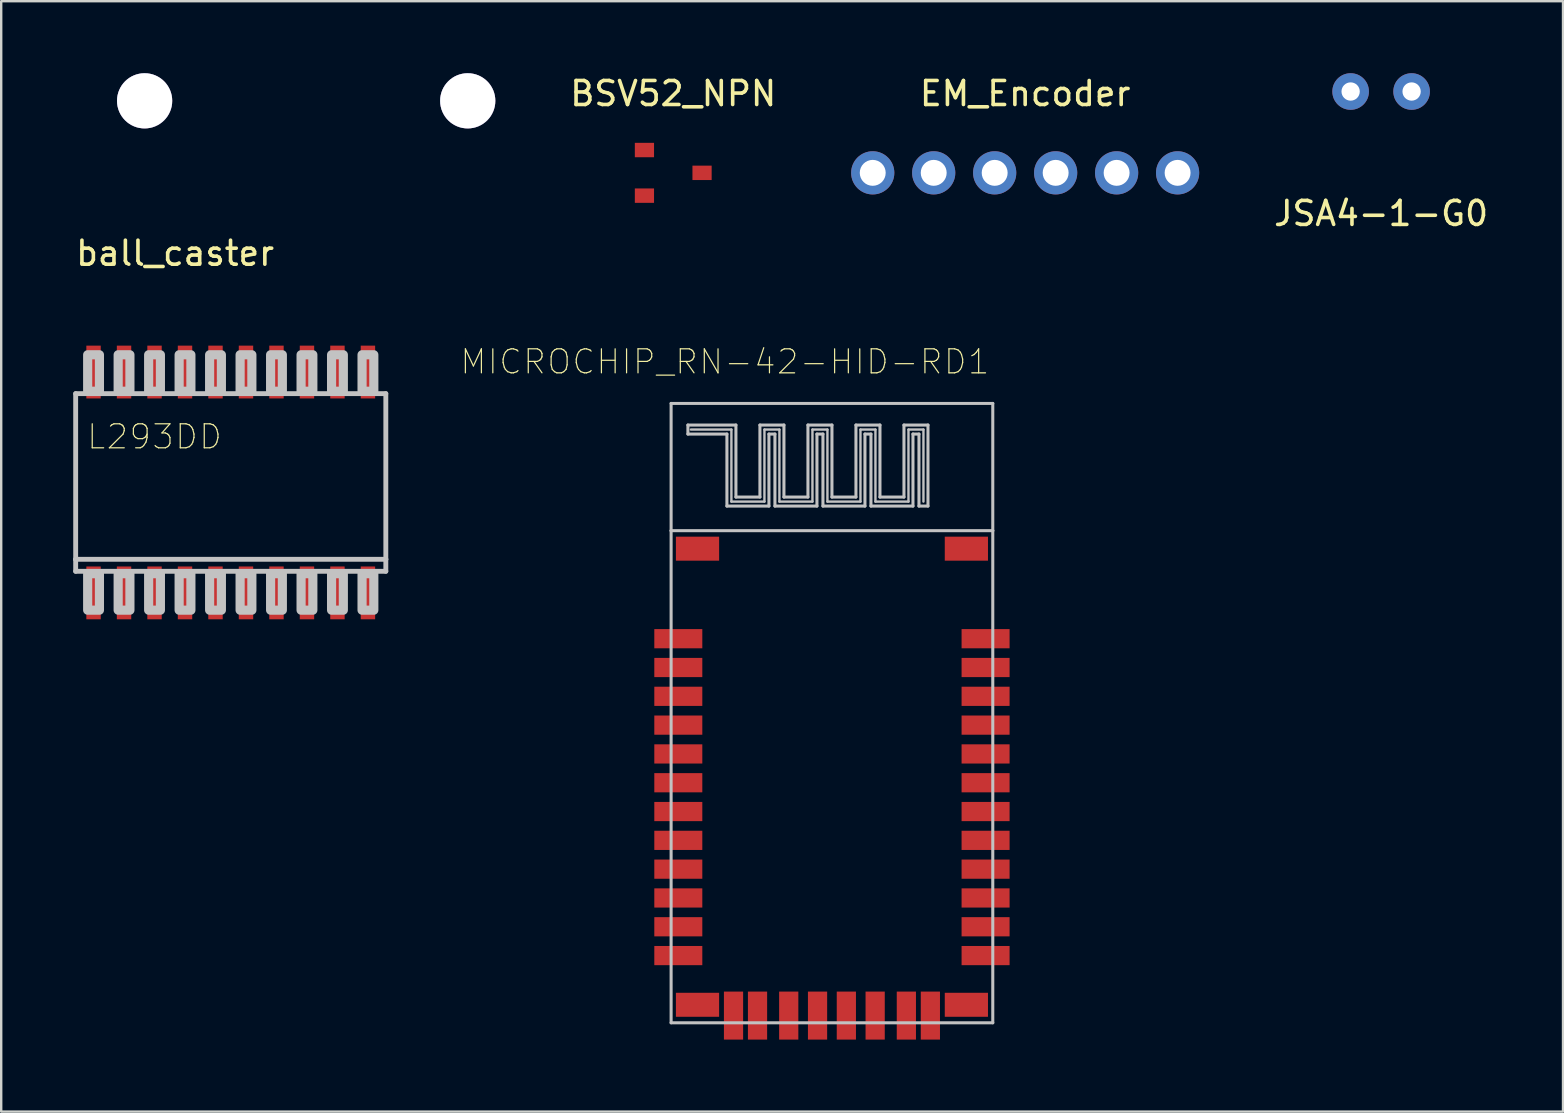
<source format=kicad_pcb>
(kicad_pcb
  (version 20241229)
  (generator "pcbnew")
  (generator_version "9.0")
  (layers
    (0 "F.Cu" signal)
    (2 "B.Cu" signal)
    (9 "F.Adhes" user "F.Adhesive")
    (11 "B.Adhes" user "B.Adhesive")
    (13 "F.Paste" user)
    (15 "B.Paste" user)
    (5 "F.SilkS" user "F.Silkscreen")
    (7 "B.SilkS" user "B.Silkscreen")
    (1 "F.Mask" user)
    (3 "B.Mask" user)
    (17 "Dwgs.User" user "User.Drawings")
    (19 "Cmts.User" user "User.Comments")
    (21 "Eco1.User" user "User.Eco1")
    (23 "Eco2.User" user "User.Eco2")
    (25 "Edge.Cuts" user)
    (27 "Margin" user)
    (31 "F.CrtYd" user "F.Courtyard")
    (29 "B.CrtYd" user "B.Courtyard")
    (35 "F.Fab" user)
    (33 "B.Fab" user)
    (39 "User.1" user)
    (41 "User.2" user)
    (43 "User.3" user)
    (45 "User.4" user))
  (footprint "JSA4-1-G0"
    (layer "F.Cu")
    (at 53.213 0.762)
    (property "Reference" "JSA4-1-G0" (at 1.27 5.08 0) (layer "F.SilkS") (effects (font (size 1 1) (thickness 0.15))))
    (attr through_hole)
    (pad "1" thru_hole circle (at 0 0) (size 1.524 1.524) (drill 0.762) (layers "*.Cu" "*.Mask"))
    (pad "2" thru_hole circle (at 2.54 0) (size 1.524 1.524) (drill 0.762) (layers "*.Cu" "*.Mask")))
  (footprint "MICROCHIP_RN-42-HID-RD1"
    (layer "F.Cu")
    (at 31.606 26.656)
    (property "Reference" "MICROCHIP_RN-42-HID-RD1" (at -4.46 -14.635 0) (layer "F.SilkS") (effects (font (size 1 1) (thickness 0.05))))
    (attr smd)
    (fp_line (start -6.7 -12.9) (end -6.7 -7.6) (stroke (width 0.127) (type solid)) (layer "Dwgs.User"))
    (fp_line (start -6.7 -7.6) (end -6.7 12.9) (stroke (width 0.127) (type solid)) (layer "Dwgs.User"))
    (fp_line (start -6.7 -7.6) (end 6.7 -7.6) (stroke (width 0.127) (type solid)) (layer "Dwgs.User"))
    (fp_line (start -6.7 12.9) (end 6.7 12.9) (stroke (width 0.127) (type solid)) (layer "Dwgs.User"))
    (fp_line (start -6 -12) (end -4 -12) (stroke (width 0.127) (type solid)) (layer "Dwgs.User"))
    (fp_line (start -6 -11.625) (end -6 -12) (stroke (width 0.127) (type solid)) (layer "Dwgs.User"))
    (fp_line (start -5.875 -11.812) (end -4.188 -11.812) (stroke (width 0.1) (type solid)) (layer "Dwgs.User"))
    (fp_line (start -4.375 -11.625) (end -6 -11.625) (stroke (width 0.127) (type solid)) (layer "Dwgs.User"))
    (fp_line (start -4.375 -8.625) (end -4.375 -11.625) (stroke (width 0.127) (type solid)) (layer "Dwgs.User"))
    (fp_line (start -4.188 -11.812) (end -4.188 -8.812) (stroke (width 0.1) (type solid)) (layer "Dwgs.User"))
    (fp_line (start -4.188 -8.812) (end -2.812 -8.812) (stroke (width 0.1) (type solid)) (layer "Dwgs.User"))
    (fp_line (start -4 -12) (end -4 -9) (stroke (width 0.127) (type solid)) (layer "Dwgs.User"))
    (fp_line (start -4 -9) (end -3 -9) (stroke (width 0.127) (type solid)) (layer "Dwgs.User"))
    (fp_line (start -3 -12) (end -2 -12) (stroke (width 0.127) (type solid)) (layer "Dwgs.User"))
    (fp_line (start -3 -9) (end -3 -12) (stroke (width 0.127) (type solid)) (layer "Dwgs.User"))
    (fp_line (start -2.812 -11.812) (end -2.188 -11.812) (stroke (width 0.1) (type solid)) (layer "Dwgs.User"))
    (fp_line (start -2.812 -8.812) (end -2.812 -11.812) (stroke (width 0.1) (type solid)) (layer "Dwgs.User"))
    (fp_line (start -2.625 -11.625) (end -2.625 -8.625) (stroke (width 0.127) (type solid)) (layer "Dwgs.User"))
    (fp_line (start -2.625 -8.625) (end -4.375 -8.625) (stroke (width 0.127) (type solid)) (layer "Dwgs.User"))
    (fp_line (start -2.375 -11.625) (end -2.625 -11.625) (stroke (width 0.127) (type solid)) (layer "Dwgs.User"))
    (fp_line (start -2.375 -8.625) (end -2.375 -11.625) (stroke (width 0.127) (type solid)) (layer "Dwgs.User"))
    (fp_line (start -2.188 -11.812) (end -2.188 -8.812) (stroke (width 0.1) (type solid)) (layer "Dwgs.User"))
    (fp_line (start -2.188 -8.812) (end -0.812 -8.812) (stroke (width 0.1) (type solid)) (layer "Dwgs.User"))
    (fp_line (start -2 -12) (end -2 -9) (stroke (width 0.127) (type solid)) (layer "Dwgs.User"))
    (fp_line (start -2 -9) (end -1 -9) (stroke (width 0.127) (type solid)) (layer "Dwgs.User"))
    (fp_line (start -1 -12) (end 0 -12) (stroke (width 0.127) (type solid)) (layer "Dwgs.User"))
    (fp_line (start -1 -9) (end -1 -12) (stroke (width 0.127) (type solid)) (layer "Dwgs.User"))
    (fp_line (start -0.812 -11.812) (end -0.188 -11.812) (stroke (width 0.1) (type solid)) (layer "Dwgs.User"))
    (fp_line (start -0.812 -8.812) (end -0.812 -11.812) (stroke (width 0.1) (type solid)) (layer "Dwgs.User"))
    (fp_line (start -0.625 -11.625) (end -0.625 -8.625) (stroke (width 0.127) (type solid)) (layer "Dwgs.User"))
    (fp_line (start -0.625 -8.625) (end -2.375 -8.625) (stroke (width 0.127) (type solid)) (layer "Dwgs.User"))
    (fp_line (start -0.375 -11.625) (end -0.625 -11.625) (stroke (width 0.127) (type solid)) (layer "Dwgs.User"))
    (fp_line (start -0.375 -8.625) (end -0.375 -11.625) (stroke (width 0.127) (type solid)) (layer "Dwgs.User"))
    (fp_line (start -0.188 -11.812) (end -0.188 -8.812) (stroke (width 0.1) (type solid)) (layer "Dwgs.User"))
    (fp_line (start -0.188 -8.812) (end 1.188 -8.812) (stroke (width 0.1) (type solid)) (layer "Dwgs.User"))
    (fp_line (start 0 -12) (end 0 -9) (stroke (width 0.127) (type solid)) (layer "Dwgs.User"))
    (fp_line (start 0 -9) (end 1 -9) (stroke (width 0.127) (type solid)) (layer "Dwgs.User"))
    (fp_line (start 1 -12) (end 2 -12) (stroke (width 0.127) (type solid)) (layer "Dwgs.User"))
    (fp_line (start 1 -9) (end 1 -12) (stroke (width 0.127) (type solid)) (layer "Dwgs.User"))
    (fp_line (start 1.188 -11.812) (end 1.812 -11.812) (stroke (width 0.1) (type solid)) (layer "Dwgs.User"))
    (fp_line (start 1.188 -8.812) (end 1.188 -11.812) (stroke (width 0.1) (type solid)) (layer "Dwgs.User"))
    (fp_line (start 1.375 -11.625) (end 1.375 -8.625) (stroke (width 0.127) (type solid)) (layer "Dwgs.User"))
    (fp_line (start 1.375 -8.625) (end -0.375 -8.625) (stroke (width 0.127) (type solid)) (layer "Dwgs.User"))
    (fp_line (start 1.625 -11.625) (end 1.375 -11.625) (stroke (width 0.127) (type solid)) (layer "Dwgs.User"))
    (fp_line (start 1.625 -8.625) (end 1.625 -11.625) (stroke (width 0.127) (type solid)) (layer "Dwgs.User"))
    (fp_line (start 1.812 -11.812) (end 1.812 -8.812) (stroke (width 0.1) (type solid)) (layer "Dwgs.User"))
    (fp_line (start 1.812 -8.812) (end 3.188 -8.812) (stroke (width 0.1) (type solid)) (layer "Dwgs.User"))
    (fp_line (start 2 -12) (end 2 -9) (stroke (width 0.127) (type solid)) (layer "Dwgs.User"))
    (fp_line (start 2 -9) (end 3 -9) (stroke (width 0.127) (type solid)) (layer "Dwgs.User"))
    (fp_line (start 3 -12) (end 4 -12) (stroke (width 0.127) (type solid)) (layer "Dwgs.User"))
    (fp_line (start 3 -9) (end 3 -12) (stroke (width 0.127) (type solid)) (layer "Dwgs.User"))
    (fp_line (start 3.188 -11.812) (end 3.812 -11.812) (stroke (width 0.1) (type solid)) (layer "Dwgs.User"))
    (fp_line (start 3.188 -8.812) (end 3.188 -11.812) (stroke (width 0.1) (type solid)) (layer "Dwgs.User"))
    (fp_line (start 3.375 -11.625) (end 3.375 -8.625) (stroke (width 0.127) (type solid)) (layer "Dwgs.User"))
    (fp_line (start 3.375 -8.625) (end 1.625 -8.625) (stroke (width 0.127) (type solid)) (layer "Dwgs.User"))
    (fp_line (start 3.625 -11.625) (end 3.375 -11.625) (stroke (width 0.127) (type solid)) (layer "Dwgs.User"))
    (fp_line (start 3.625 -8.625) (end 3.625 -11.625) (stroke (width 0.127) (type solid)) (layer "Dwgs.User"))
    (fp_line (start 3.625 -8.625) (end 4 -8.625) (stroke (width 0.127) (type solid)) (layer "Dwgs.User"))
    (fp_line (start 3.812 -11.812) (end 3.812 -8.812) (stroke (width 0.1) (type solid)) (layer "Dwgs.User"))
    (fp_line (start 4 -12) (end 4 -8.625) (stroke (width 0.127) (type solid)) (layer "Dwgs.User"))
    (fp_line (start 6.7 -12.9) (end -6.7 -12.9) (stroke (width 0.127) (type solid)) (layer "Dwgs.User"))
    (fp_line (start 6.7 -7.6) (end 6.7 -12.9) (stroke (width 0.127) (type solid)) (layer "Dwgs.User"))
    (fp_line (start 6.7 12.9) (end 6.7 -7.6) (stroke (width 0.127) (type solid)) (layer "Dwgs.User"))
    (pad "1" smd rect (at -6.4 -3.1) (size 2 0.8) (layers "F.Cu" "F.Mask" "F.Paste"))
    (pad "2" smd rect (at -6.4 -1.9) (size 2 0.8) (layers "F.Cu" "F.Mask" "F.Paste"))
    (pad "3" smd rect (at -6.4 -0.7) (size 2 0.8) (layers "F.Cu" "F.Mask" "F.Paste"))
    (pad "4" smd rect (at -6.4 0.5) (size 2 0.8) (layers "F.Cu" "F.Mask" "F.Paste"))
    (pad "5" smd rect (at -6.4 1.7) (size 2 0.8) (layers "F.Cu" "F.Mask" "F.Paste"))
    (pad "6" smd rect (at -6.4 2.9) (size 2 0.8) (layers "F.Cu" "F.Mask" "F.Paste"))
    (pad "7" smd rect (at -6.4 4.1) (size 2 0.8) (layers "F.Cu" "F.Mask" "F.Paste"))
    (pad "8" smd rect (at -6.4 5.3) (size 2 0.8) (layers "F.Cu" "F.Mask" "F.Paste"))
    (pad "9" smd rect (at -6.4 6.5) (size 2 0.8) (layers "F.Cu" "F.Mask" "F.Paste"))
    (pad "10" smd rect (at -6.4 7.7) (size 2 0.8) (layers "F.Cu" "F.Mask" "F.Paste"))
    (pad "11" smd rect (at -6.4 8.9) (size 2 0.8) (layers "F.Cu" "F.Mask" "F.Paste"))
    (pad "12" smd rect (at -6.4 10.1) (size 2 0.8) (layers "F.Cu" "F.Mask" "F.Paste"))
    (pad "13" smd rect (at 6.4 10.1 180) (size 2 0.8) (layers "F.Cu" "F.Mask" "F.Paste"))
    (pad "14" smd rect (at 6.4 8.9 180) (size 2 0.8) (layers "F.Cu" "F.Mask" "F.Paste"))
    (pad "15" smd rect (at 6.4 7.7 180) (size 2 0.8) (layers "F.Cu" "F.Mask" "F.Paste"))
    (pad "16" smd rect (at 6.4 6.5 180) (size 2 0.8) (layers "F.Cu" "F.Mask" "F.Paste"))
    (pad "17" smd rect (at 6.4 5.3 180) (size 2 0.8) (layers "F.Cu" "F.Mask" "F.Paste"))
    (pad "18" smd rect (at 6.4 4.1 180) (size 2 0.8) (layers "F.Cu" "F.Mask" "F.Paste"))
    (pad "19" smd rect (at 6.4 2.9 180) (size 2 0.8) (layers "F.Cu" "F.Mask" "F.Paste"))
    (pad "20" smd rect (at 6.4 1.7 180) (size 2 0.8) (layers "F.Cu" "F.Mask" "F.Paste"))
    (pad "21" smd rect (at 6.4 0.5 180) (size 2 0.8) (layers "F.Cu" "F.Mask" "F.Paste"))
    (pad "22" smd rect (at 6.4 -0.7 180) (size 2 0.8) (layers "F.Cu" "F.Mask" "F.Paste"))
    (pad "23" smd rect (at 6.4 -1.9 180) (size 2 0.8) (layers "F.Cu" "F.Mask" "F.Paste"))
    (pad "24" smd rect (at 6.4 -3.1 180) (size 2 0.8) (layers "F.Cu" "F.Mask" "F.Paste"))
    (pad "28" smd rect (at 3.1 12.6 90) (size 2 0.8) (layers "F.Cu" "F.Mask" "F.Paste"))
    (pad "29" smd rect (at -3.1 12.6 90) (size 2 0.8) (layers "F.Cu" "F.Mask" "F.Paste"))
    (pad "30" smd rect (at 4.1 12.6 90) (size 2 0.8) (layers "F.Cu" "F.Mask" "F.Paste"))
    (pad "31" smd rect (at 1.8 12.6 90) (size 2 0.8) (layers "F.Cu" "F.Mask" "F.Paste"))
    (pad "32" smd rect (at 0.6 12.6 90) (size 2 0.8) (layers "F.Cu" "F.Mask" "F.Paste"))
    (pad "33" smd rect (at -0.6 12.6 90) (size 2 0.8) (layers "F.Cu" "F.Mask" "F.Paste"))
    (pad "34" smd rect (at -1.8 12.6 90) (size 2 0.8) (layers "F.Cu" "F.Mask" "F.Paste"))
    (pad "35" smd rect (at -4.1 12.6 270) (size 2 0.8) (layers "F.Cu" "F.Mask" "F.Paste"))
    (pad "SHIE" smd rect (at -5.6 -6.85 90) (size 1 1.8) (layers "F.Cu" "F.Mask" "F.Paste"))
    (pad "SHIE" smd rect (at -5.6 12.15 90) (size 1 1.8) (layers "F.Cu" "F.Mask" "F.Paste"))
    (pad "SHIE" smd rect (at 5.6 -6.85 90) (size 1 1.8) (layers "F.Cu" "F.Mask" "F.Paste"))
    (pad "SHIE" smd rect (at 5.6 12.15 90) (size 1 1.8) (layers "F.Cu" "F.Mask" "F.Paste")))
  (footprint "EM_Encoder"
    (layer "F.Cu")
    (at 39.655 4.15)
    (property "Reference" "EM_Encoder" (at 0 -3.302 0) (layer "F.SilkS") (effects (font (size 1 1) (thickness 0.15))))
    (attr through_hole)
    (pad "1" thru_hole circle (at -6.35 0) (size 1.8 1.8) (drill 1.08) (layers "*.Cu" "*.Mask"))
    (pad "2" thru_hole circle (at -3.81 0) (size 1.8 1.8) (drill 1.08) (layers "*.Cu" "*.Mask"))
    (pad "3" thru_hole circle (at -1.27 0) (size 1.8 1.8) (drill 1.08) (layers "*.Cu" "*.Mask"))
    (pad "4" thru_hole circle (at 1.27 0) (size 1.8 1.8) (drill 1.08) (layers "*.Cu" "*.Mask"))
    (pad "5" thru_hole circle (at 3.81 0) (size 1.8 1.8) (drill 1.08) (layers "*.Cu" "*.Mask"))
    (pad "6" thru_hole circle (at 6.35 0) (size 1.8 1.8) (drill 1.08) (layers "*.Cu" "*.Mask")))
  (footprint "ball_caster"
    (layer "F.Cu")
    (at 2.974 1.15)
    (property "Reference" "ball_caster" (at 1.27 6.35 0) (layer "F.SilkS") (effects (font (size 1 1) (thickness 0.15))))
    (attr through_hole)
    (pad "1" thru_hole circle (at 0 0) (size 2.3 2.3) (drill 2.3) (layers "*.Cu" "*.Mask"))
    (pad "1" thru_hole circle (at 13.46 0) (size 2.3 2.3) (drill 2.3) (layers "*.Cu" "*.Mask")))
  (footprint "BSV52_NPN"
    (layer "F.Cu")
    (at 24.995 4.15)
    (property "Reference" "BSV52_NPN" (at 0 -3.302 0) (layer "F.SilkS") (effects (font (size 1 1) (thickness 0.15))))
    (attr through_hole)
    (pad "1" smd rect (at -1.2 -0.95) (size 0.8 0.6) (layers "F.Cu" "F.Mask" "F.Paste"))
    (pad "2" smd rect (at -1.2 0.95) (size 0.8 0.6) (layers "F.Cu" "F.Mask" "F.Paste"))
    (pad "3" smd rect (at 1.2 0) (size 0.8 0.6) (layers "F.Cu" "F.Mask" "F.Paste")))
  (footprint "L293DD"
    (layer "F.Cu")
    (at 6.562 17.048)
    (property "Reference" "L293DD" (at -3.175 -1.905 0) (layer "F.SilkS") (effects (font (size 1 1) (thickness 0.05))))
    (attr smd)
    (fp_line (start -6.46 -3.7) (end 6.46 -3.7) (stroke (width 0.203) (type solid)) (layer "Dwgs.User"))
    (fp_line (start -6.46 3.2) (end -6.46 -3.7) (stroke (width 0.203) (type solid)) (layer "Dwgs.User"))
    (fp_line (start -6.46 3.7) (end -6.46 3.2) (stroke (width 0.203) (type solid)) (layer "Dwgs.User"))
    (fp_line (start 6.46 -3.7) (end 6.46 3.2) (stroke (width 0.203) (type solid)) (layer "Dwgs.User"))
    (fp_line (start 6.46 3.2) (end -6.46 3.2) (stroke (width 0.203) (type solid)) (layer "Dwgs.User"))
    (fp_line (start 6.46 3.2) (end 6.46 3.7) (stroke (width 0.203) (type solid)) (layer "Dwgs.User"))
    (fp_line (start 6.46 3.7) (end -6.46 3.7) (stroke (width 0.203) (type solid)) (layer "Dwgs.User"))
    (fp_poly (pts (xy -5.96 -5.32) (xy -5.47 -5.32) (xy -5.47 -3.8) (xy -5.96 -3.8)) (stroke (width 0.381) (type solid)) (fill no) (layer "Dwgs.User"))
    (fp_poly (pts (xy -5.96 3.8) (xy -5.47 3.8) (xy -5.47 5.32) (xy -5.96 5.32)) (stroke (width 0.381) (type solid)) (fill no) (layer "Dwgs.User"))
    (fp_poly (pts (xy -4.69 -5.32) (xy -4.2 -5.32) (xy -4.2 -3.8) (xy -4.69 -3.8)) (stroke (width 0.381) (type solid)) (fill no) (layer "Dwgs.User"))
    (fp_poly (pts (xy -4.69 3.8) (xy -4.2 3.8) (xy -4.2 5.32) (xy -4.69 5.32)) (stroke (width 0.381) (type solid)) (fill no) (layer "Dwgs.User"))
    (fp_poly (pts (xy -3.42 -5.32) (xy -2.93 -5.32) (xy -2.93 -3.8) (xy -3.42 -3.8)) (stroke (width 0.381) (type solid)) (fill no) (layer "Dwgs.User"))
    (fp_poly (pts (xy -3.42 3.8) (xy -2.93 3.8) (xy -2.93 5.32) (xy -3.42 5.32)) (stroke (width 0.381) (type solid)) (fill no) (layer "Dwgs.User"))
    (fp_poly (pts (xy -2.15 -5.32) (xy -1.66 -5.32) (xy -1.66 -3.8) (xy -2.15 -3.8)) (stroke (width 0.381) (type solid)) (fill no) (layer "Dwgs.User"))
    (fp_poly (pts (xy -2.15 3.8) (xy -1.66 3.8) (xy -1.66 5.32) (xy -2.15 5.32)) (stroke (width 0.381) (type solid)) (fill no) (layer "Dwgs.User"))
    (fp_poly (pts (xy -0.88 -5.32) (xy -0.39 -5.32) (xy -0.39 -3.8) (xy -0.88 -3.8)) (stroke (width 0.381) (type solid)) (fill no) (layer "Dwgs.User"))
    (fp_poly (pts (xy -0.88 3.8) (xy -0.39 3.8) (xy -0.39 5.32) (xy -0.88 5.32)) (stroke (width 0.381) (type solid)) (fill no) (layer "Dwgs.User"))
    (fp_poly (pts (xy 0.39 -5.32) (xy 0.88 -5.32) (xy 0.88 -3.8) (xy 0.39 -3.8)) (stroke (width 0.381) (type solid)) (fill no) (layer "Dwgs.User"))
    (fp_poly (pts (xy 0.39 3.8) (xy 0.88 3.8) (xy 0.88 5.32) (xy 0.39 5.32)) (stroke (width 0.381) (type solid)) (fill no) (layer "Dwgs.User"))
    (fp_poly (pts (xy 1.66 -5.32) (xy 2.15 -5.32) (xy 2.15 -3.8) (xy 1.66 -3.8)) (stroke (width 0.381) (type solid)) (fill no) (layer "Dwgs.User"))
    (fp_poly (pts (xy 1.66 3.8) (xy 2.15 3.8) (xy 2.15 5.32) (xy 1.66 5.32)) (stroke (width 0.381) (type solid)) (fill no) (layer "Dwgs.User"))
    (fp_poly (pts (xy 2.93 -5.32) (xy 3.42 -5.32) (xy 3.42 -3.8) (xy 2.93 -3.8)) (stroke (width 0.381) (type solid)) (fill no) (layer "Dwgs.User"))
    (fp_poly (pts (xy 2.93 3.8) (xy 3.42 3.8) (xy 3.42 5.32) (xy 2.93 5.32)) (stroke (width 0.381) (type solid)) (fill no) (layer "Dwgs.User"))
    (fp_poly (pts (xy 4.2 -5.32) (xy 4.69 -5.32) (xy 4.69 -3.8) (xy 4.2 -3.8)) (stroke (width 0.381) (type solid)) (fill no) (layer "Dwgs.User"))
    (fp_poly (pts (xy 4.2 3.8) (xy 4.69 3.8) (xy 4.69 5.32) (xy 4.2 5.32)) (stroke (width 0.381) (type solid)) (fill no) (layer "Dwgs.User"))
    (fp_poly (pts (xy 5.47 -5.32) (xy 5.96 -5.32) (xy 5.96 -3.8) (xy 5.47 -3.8)) (stroke (width 0.381) (type solid)) (fill no) (layer "Dwgs.User"))
    (fp_poly (pts (xy 5.47 3.8) (xy 5.96 3.8) (xy 5.96 5.32) (xy 5.47 5.32)) (stroke (width 0.381) (type solid)) (fill no) (layer "Dwgs.User"))
    (pad "1" smd rect (at -5.715 4.6) (size 0.6 2.2) (layers "F.Cu" "F.Mask" "F.Paste"))
    (pad "2" smd rect (at -4.445 4.6) (size 0.6 2.2) (layers "F.Cu" "F.Mask" "F.Paste"))
    (pad "3" smd rect (at -3.175 4.6) (size 0.6 2.2) (layers "F.Cu" "F.Mask" "F.Paste"))
    (pad "4" smd rect (at -1.905 4.6) (size 0.6 2.2) (layers "F.Cu" "F.Mask" "F.Paste"))
    (pad "5" smd rect (at -0.635 4.6) (size 0.6 2.2) (layers "F.Cu" "F.Mask" "F.Paste"))
    (pad "6" smd rect (at 0.635 4.6) (size 0.6 2.2) (layers "F.Cu" "F.Mask" "F.Paste"))
    (pad "7" smd rect (at 1.905 4.6) (size 0.6 2.2) (layers "F.Cu" "F.Mask" "F.Paste"))
    (pad "8" smd rect (at 3.175 4.6) (size 0.6 2.2) (layers "F.Cu" "F.Mask" "F.Paste"))
    (pad "9" smd rect (at 4.445 4.6) (size 0.6 2.2) (layers "F.Cu" "F.Mask" "F.Paste"))
    (pad "10" smd rect (at 5.715 4.6) (size 0.6 2.2) (layers "F.Cu" "F.Mask" "F.Paste"))
    (pad "11" smd rect (at 5.715 -4.6) (size 0.6 2.2) (layers "F.Cu" "F.Mask" "F.Paste"))
    (pad "12" smd rect (at 4.445 -4.6) (size 0.6 2.2) (layers "F.Cu" "F.Mask" "F.Paste"))
    (pad "13" smd rect (at 3.175 -4.6) (size 0.6 2.2) (layers "F.Cu" "F.Mask" "F.Paste"))
    (pad "14" smd rect (at 1.905 -4.6) (size 0.6 2.2) (layers "F.Cu" "F.Mask" "F.Paste"))
    (pad "15" smd rect (at 0.635 -4.6) (size 0.6 2.2) (layers "F.Cu" "F.Mask" "F.Paste"))
    (pad "16" smd rect (at -0.635 -4.6) (size 0.6 2.2) (layers "F.Cu" "F.Mask" "F.Paste"))
    (pad "17" smd rect (at -1.905 -4.6) (size 0.6 2.2) (layers "F.Cu" "F.Mask" "F.Paste"))
    (pad "18" smd rect (at -3.175 -4.6) (size 0.6 2.2) (layers "F.Cu" "F.Mask" "F.Paste"))
    (pad "19" smd rect (at -4.445 -4.6) (size 0.6 2.2) (layers "F.Cu" "F.Mask" "F.Paste"))
    (pad "20" smd rect (at -5.715 -4.6) (size 0.6 2.2) (layers "F.Cu" "F.Mask" "F.Paste")))
  (gr_rect
    (start -3 -3)
    (end 62.06 43.256)
    (stroke (width 0.1) (type default))
    (fill no)
    (layer "Edge.Cuts")))
</source>
